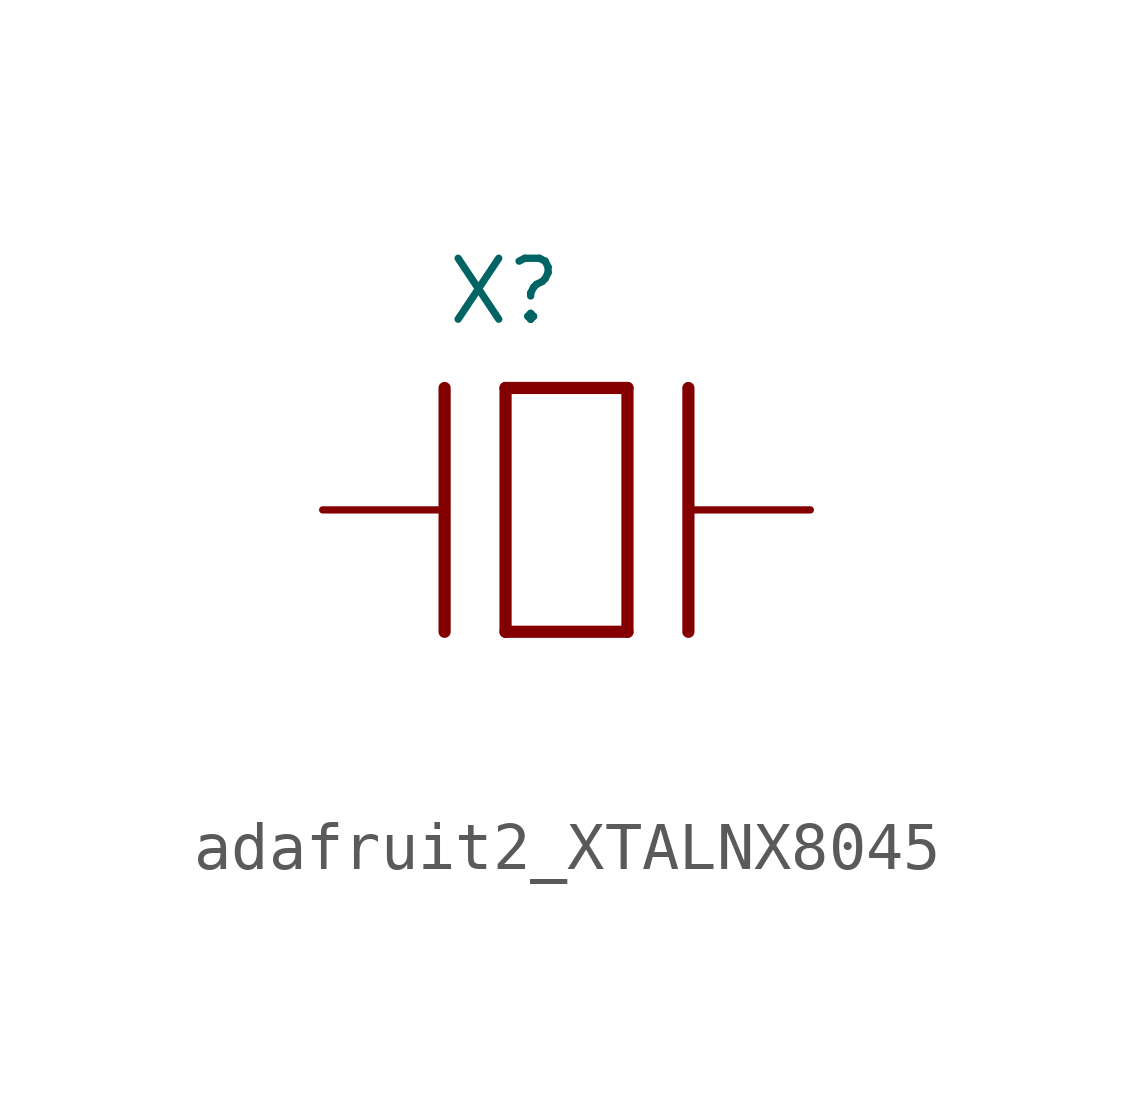
<source format=kicad_sym>
(kicad_symbol_lib
  (version 20241209)
  (generator "kicad_symbol_editor")
  (generator_version "9.0")
  (symbol "adafruit2_XTALNX8045"
    (property "Reference" "X"
      (at -2.54 3.81 0)
      (effects (font (size 1.27 1.27)) (justify left bottom)))
    (property "Value" ""
      (at -3.81 -5.08 0)
      (effects (font (size 1.27 1.27)) (justify left bottom)))
    (property "ki_locked" ""
      (at 0 0 0)
      (effects (font (size 1.27 1.27))))
    (symbol "adafruit2_XTALNX8045_1_0"
      (polyline (pts (xy -2.54 2.54) (xy -2.54 -2.54)) (stroke (width 0.254) (type solid)) (fill (type none)))
      (polyline (pts (xy -1.27 2.54) (xy -1.27 -2.54)) (stroke (width 0.254) (type solid)) (fill (type none)))
      (polyline (pts (xy -1.27 -2.54) (xy 1.27 -2.54)) (stroke (width 0.254) (type solid)) (fill (type none)))
      (polyline (pts (xy 1.27 2.54) (xy -1.27 2.54)) (stroke (width 0.254) (type solid)) (fill (type none)))
      (polyline (pts (xy 1.27 -2.54) (xy 1.27 2.54)) (stroke (width 0.254) (type solid)) (fill (type none)))
      (polyline (pts (xy 2.54 2.54) (xy 2.54 -2.54)) (stroke (width 0.254) (type solid)) (fill (type none)))
      (pin bidirectional line (at -5.08 0 0) (length 2.54) (name "P$1" (effects (font (size 0 0)))) (number "P$1" (effects (font (size 0 0)))))
      (pin bidirectional line (at 5.08 0 180) (length 2.54) (name "P$2" (effects (font (size 0 0)))) (number "P$2" (effects (font (size 0 0))))))))
</source>
